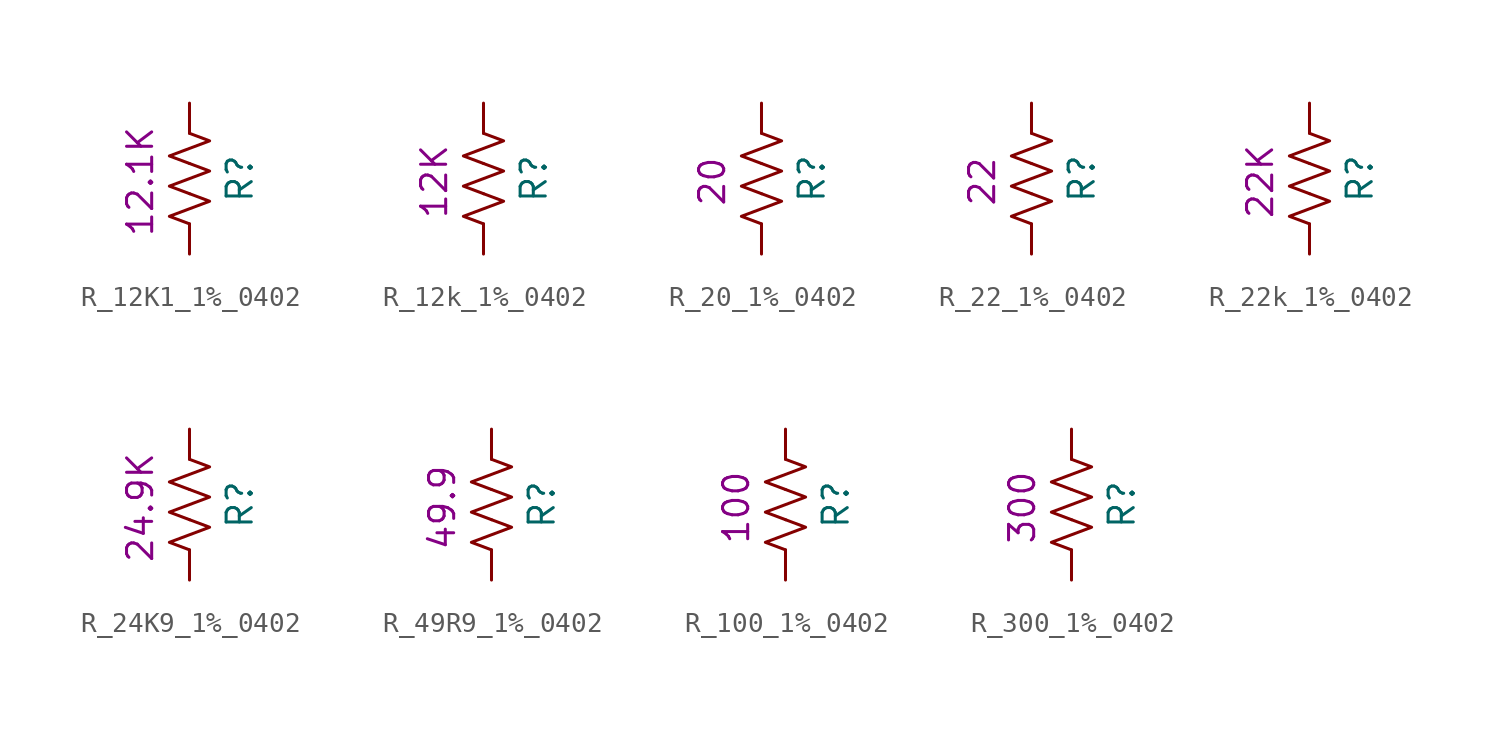
<source format=kicad_sym>
(kicad_symbol_lib
  (version 20211014)
  (generator kicad_symbol_editor)
  (symbol "R_12K1_1%_0402"
    (pin_numbers hide)
    (pin_names
      (offset 0))
    (property "Reference" "R"
      (at 2.54 1.27 90)
      (effects (font (size 1.27 1.27))))
    (property "Res_value" "12.1K"
      (at -2.489 1.118 90)
      (effects (font (size 1.27 1.27))))
    (symbol "R_12K1_1%_0402_0_1"
      (polyline (pts (xy 0 -1.016) (xy 0 -1.27)) (stroke (width 0) (type default) (color 0 0 0 0)) (fill (type none)))
      (polyline (pts (xy 0 3.556) (xy 0 3.81)) (stroke (width 0) (type default) (color 0 0 0 0)) (fill (type none)))
      (polyline (pts (xy 0 0.508) (xy 1.016 0.127) (xy 0 -0.254) (xy -1.016 -0.635) (xy 0 -1.016)) (stroke (width 0) (type default) (color 0 0 0 0)) (fill (type none)))
      (polyline (pts (xy 0 2.032) (xy 1.016 1.651) (xy 0 1.27) (xy -1.016 0.889) (xy 0 0.508)) (stroke (width 0) (type default) (color 0 0 0 0)) (fill (type none)))
      (polyline (pts (xy 0 3.556) (xy 1.016 3.175) (xy 0 2.794) (xy -1.016 2.413) (xy 0 2.032)) (stroke (width 0) (type default) (color 0 0 0 0)) (fill (type none))))
    (symbol "R_12K1_1%_0402_1_1"
      (pin passive line (at 0 5.08 270) (length 1.27) (name "~" (effects (font (size 1.27 1.27)))) (number "1" (effects (font (size 1.27 1.27)))))
      (pin passive line (at 0 -2.54 90) (length 1.27) (name "~" (effects (font (size 1.27 1.27)))) (number "2" (effects (font (size 1.27 1.27)))))))
  (symbol "R_12k_1%_0402"
    (pin_numbers hide)
    (pin_names
      (offset 0))
    (property "Reference" "R"
      (at 2.54 1.27 90)
      (effects (font (size 1.27 1.27))))
    (property "Res_value" "12K"
      (at -2.489 1.118 90)
      (effects (font (size 1.27 1.27))))
    (symbol "R_12k_1%_0402_0_1"
      (polyline (pts (xy 0 -1.016) (xy 0 -1.27)) (stroke (width 0) (type default) (color 0 0 0 0)) (fill (type none)))
      (polyline (pts (xy 0 3.556) (xy 0 3.81)) (stroke (width 0) (type default) (color 0 0 0 0)) (fill (type none)))
      (polyline (pts (xy 0 0.508) (xy 1.016 0.127) (xy 0 -0.254) (xy -1.016 -0.635) (xy 0 -1.016)) (stroke (width 0) (type default) (color 0 0 0 0)) (fill (type none)))
      (polyline (pts (xy 0 2.032) (xy 1.016 1.651) (xy 0 1.27) (xy -1.016 0.889) (xy 0 0.508)) (stroke (width 0) (type default) (color 0 0 0 0)) (fill (type none)))
      (polyline (pts (xy 0 3.556) (xy 1.016 3.175) (xy 0 2.794) (xy -1.016 2.413) (xy 0 2.032)) (stroke (width 0) (type default) (color 0 0 0 0)) (fill (type none))))
    (symbol "R_12k_1%_0402_1_1"
      (pin passive line (at 0 5.08 270) (length 1.27) (name "~" (effects (font (size 1.27 1.27)))) (number "1" (effects (font (size 1.27 1.27)))))
      (pin passive line (at 0 -2.54 90) (length 1.27) (name "~" (effects (font (size 1.27 1.27)))) (number "2" (effects (font (size 1.27 1.27)))))))
  (symbol "R_20_1%_0402"
    (pin_numbers hide)
    (pin_names
      (offset 0))
    (property "Reference" "R"
      (at 2.54 1.27 90)
      (effects (font (size 1.27 1.27))))
    (property "Res_value" "20"
      (at -2.489 1.118 90)
      (effects (font (size 1.27 1.27))))
    (symbol "R_20_1%_0402_0_1"
      (polyline (pts (xy 0 -1.016) (xy 0 -1.27)) (stroke (width 0) (type default) (color 0 0 0 0)) (fill (type none)))
      (polyline (pts (xy 0 3.556) (xy 0 3.81)) (stroke (width 0) (type default) (color 0 0 0 0)) (fill (type none)))
      (polyline (pts (xy 0 0.508) (xy 1.016 0.127) (xy 0 -0.254) (xy -1.016 -0.635) (xy 0 -1.016)) (stroke (width 0) (type default) (color 0 0 0 0)) (fill (type none)))
      (polyline (pts (xy 0 2.032) (xy 1.016 1.651) (xy 0 1.27) (xy -1.016 0.889) (xy 0 0.508)) (stroke (width 0) (type default) (color 0 0 0 0)) (fill (type none)))
      (polyline (pts (xy 0 3.556) (xy 1.016 3.175) (xy 0 2.794) (xy -1.016 2.413) (xy 0 2.032)) (stroke (width 0) (type default) (color 0 0 0 0)) (fill (type none))))
    (symbol "R_20_1%_0402_1_1"
      (pin passive line (at 0 5.08 270) (length 1.27) (name "~" (effects (font (size 1.27 1.27)))) (number "1" (effects (font (size 1.27 1.27)))))
      (pin passive line (at 0 -2.54 90) (length 1.27) (name "~" (effects (font (size 1.27 1.27)))) (number "2" (effects (font (size 1.27 1.27)))))))
  (symbol "R_22_1%_0402"
    (pin_numbers hide)
    (pin_names
      (offset 0))
    (property "Reference" "R"
      (at 2.54 1.27 90)
      (effects (font (size 1.27 1.27))))
    (property "Res_value" "22"
      (at -2.489 1.118 90)
      (effects (font (size 1.27 1.27))))
    (symbol "R_22_1%_0402_0_1"
      (polyline (pts (xy 0 -1.016) (xy 0 -1.27)) (stroke (width 0) (type default) (color 0 0 0 0)) (fill (type none)))
      (polyline (pts (xy 0 3.556) (xy 0 3.81)) (stroke (width 0) (type default) (color 0 0 0 0)) (fill (type none)))
      (polyline (pts (xy 0 0.508) (xy 1.016 0.127) (xy 0 -0.254) (xy -1.016 -0.635) (xy 0 -1.016)) (stroke (width 0) (type default) (color 0 0 0 0)) (fill (type none)))
      (polyline (pts (xy 0 2.032) (xy 1.016 1.651) (xy 0 1.27) (xy -1.016 0.889) (xy 0 0.508)) (stroke (width 0) (type default) (color 0 0 0 0)) (fill (type none)))
      (polyline (pts (xy 0 3.556) (xy 1.016 3.175) (xy 0 2.794) (xy -1.016 2.413) (xy 0 2.032)) (stroke (width 0) (type default) (color 0 0 0 0)) (fill (type none))))
    (symbol "R_22_1%_0402_1_1"
      (pin passive line (at 0 5.08 270) (length 1.27) (name "~" (effects (font (size 1.27 1.27)))) (number "1" (effects (font (size 1.27 1.27)))))
      (pin passive line (at 0 -2.54 90) (length 1.27) (name "~" (effects (font (size 1.27 1.27)))) (number "2" (effects (font (size 1.27 1.27)))))))
  (symbol "R_22k_1%_0402"
    (pin_numbers hide)
    (pin_names
      (offset 0))
    (property "Reference" "R"
      (at 2.54 1.27 90)
      (effects (font (size 1.27 1.27))))
    (property "Res_value" "22K"
      (at -2.489 1.118 90)
      (effects (font (size 1.27 1.27))))
    (symbol "R_22k_1%_0402_0_1"
      (polyline (pts (xy 0 -1.016) (xy 0 -1.27)) (stroke (width 0) (type default) (color 0 0 0 0)) (fill (type none)))
      (polyline (pts (xy 0 3.556) (xy 0 3.81)) (stroke (width 0) (type default) (color 0 0 0 0)) (fill (type none)))
      (polyline (pts (xy 0 0.508) (xy 1.016 0.127) (xy 0 -0.254) (xy -1.016 -0.635) (xy 0 -1.016)) (stroke (width 0) (type default) (color 0 0 0 0)) (fill (type none)))
      (polyline (pts (xy 0 2.032) (xy 1.016 1.651) (xy 0 1.27) (xy -1.016 0.889) (xy 0 0.508)) (stroke (width 0) (type default) (color 0 0 0 0)) (fill (type none)))
      (polyline (pts (xy 0 3.556) (xy 1.016 3.175) (xy 0 2.794) (xy -1.016 2.413) (xy 0 2.032)) (stroke (width 0) (type default) (color 0 0 0 0)) (fill (type none))))
    (symbol "R_22k_1%_0402_1_1"
      (pin passive line (at 0 5.08 270) (length 1.27) (name "~" (effects (font (size 1.27 1.27)))) (number "1" (effects (font (size 1.27 1.27)))))
      (pin passive line (at 0 -2.54 90) (length 1.27) (name "~" (effects (font (size 1.27 1.27)))) (number "2" (effects (font (size 1.27 1.27)))))))
  (symbol "R_24K9_1%_0402"
    (pin_numbers hide)
    (pin_names
      (offset 0))
    (property "Reference" "R"
      (at 2.54 1.27 90)
      (effects (font (size 1.27 1.27))))
    (property "Res_value" "24.9K"
      (at -2.489 1.118 90)
      (effects (font (size 1.27 1.27))))
    (symbol "R_24K9_1%_0402_0_1"
      (polyline (pts (xy 0 -1.016) (xy 0 -1.27)) (stroke (width 0) (type default) (color 0 0 0 0)) (fill (type none)))
      (polyline (pts (xy 0 3.556) (xy 0 3.81)) (stroke (width 0) (type default) (color 0 0 0 0)) (fill (type none)))
      (polyline (pts (xy 0 0.508) (xy 1.016 0.127) (xy 0 -0.254) (xy -1.016 -0.635) (xy 0 -1.016)) (stroke (width 0) (type default) (color 0 0 0 0)) (fill (type none)))
      (polyline (pts (xy 0 2.032) (xy 1.016 1.651) (xy 0 1.27) (xy -1.016 0.889) (xy 0 0.508)) (stroke (width 0) (type default) (color 0 0 0 0)) (fill (type none)))
      (polyline (pts (xy 0 3.556) (xy 1.016 3.175) (xy 0 2.794) (xy -1.016 2.413) (xy 0 2.032)) (stroke (width 0) (type default) (color 0 0 0 0)) (fill (type none))))
    (symbol "R_24K9_1%_0402_1_1"
      (pin passive line (at 0 5.08 270) (length 1.27) (name "~" (effects (font (size 1.27 1.27)))) (number "1" (effects (font (size 1.27 1.27)))))
      (pin passive line (at 0 -2.54 90) (length 1.27) (name "~" (effects (font (size 1.27 1.27)))) (number "2" (effects (font (size 1.27 1.27)))))))
  (symbol "R_49R9_1%_0402"
    (pin_numbers hide)
    (pin_names
      (offset 0))
    (property "Reference" "R"
      (at 2.54 1.27 90)
      (effects (font (size 1.27 1.27))))
    (property "Res_value" "49.9"
      (at -2.489 1.118 90)
      (effects (font (size 1.27 1.27))))
    (symbol "R_49R9_1%_0402_0_1"
      (polyline (pts (xy 0 -1.016) (xy 0 -1.27)) (stroke (width 0) (type default) (color 0 0 0 0)) (fill (type none)))
      (polyline (pts (xy 0 3.556) (xy 0 3.81)) (stroke (width 0) (type default) (color 0 0 0 0)) (fill (type none)))
      (polyline (pts (xy 0 0.508) (xy 1.016 0.127) (xy 0 -0.254) (xy -1.016 -0.635) (xy 0 -1.016)) (stroke (width 0) (type default) (color 0 0 0 0)) (fill (type none)))
      (polyline (pts (xy 0 2.032) (xy 1.016 1.651) (xy 0 1.27) (xy -1.016 0.889) (xy 0 0.508)) (stroke (width 0) (type default) (color 0 0 0 0)) (fill (type none)))
      (polyline (pts (xy 0 3.556) (xy 1.016 3.175) (xy 0 2.794) (xy -1.016 2.413) (xy 0 2.032)) (stroke (width 0) (type default) (color 0 0 0 0)) (fill (type none))))
    (symbol "R_49R9_1%_0402_1_1"
      (pin passive line (at 0 5.08 270) (length 1.27) (name "~" (effects (font (size 1.27 1.27)))) (number "1" (effects (font (size 1.27 1.27)))))
      (pin passive line (at 0 -2.54 90) (length 1.27) (name "~" (effects (font (size 1.27 1.27)))) (number "2" (effects (font (size 1.27 1.27)))))))
  (symbol "R_100_1%_0402"
    (pin_numbers hide)
    (pin_names
      (offset 0))
    (property "Reference" "R"
      (at 2.54 1.27 90)
      (effects (font (size 1.27 1.27))))
    (property "Res_value" "100"
      (at -2.489 1.118 90)
      (effects (font (size 1.27 1.27))))
    (symbol "R_100_1%_0402_0_1"
      (polyline (pts (xy 0 -1.016) (xy 0 -1.27)) (stroke (width 0) (type default) (color 0 0 0 0)) (fill (type none)))
      (polyline (pts (xy 0 3.556) (xy 0 3.81)) (stroke (width 0) (type default) (color 0 0 0 0)) (fill (type none)))
      (polyline (pts (xy 0 0.508) (xy 1.016 0.127) (xy 0 -0.254) (xy -1.016 -0.635) (xy 0 -1.016)) (stroke (width 0) (type default) (color 0 0 0 0)) (fill (type none)))
      (polyline (pts (xy 0 2.032) (xy 1.016 1.651) (xy 0 1.27) (xy -1.016 0.889) (xy 0 0.508)) (stroke (width 0) (type default) (color 0 0 0 0)) (fill (type none)))
      (polyline (pts (xy 0 3.556) (xy 1.016 3.175) (xy 0 2.794) (xy -1.016 2.413) (xy 0 2.032)) (stroke (width 0) (type default) (color 0 0 0 0)) (fill (type none))))
    (symbol "R_100_1%_0402_1_1"
      (pin passive line (at 0 5.08 270) (length 1.27) (name "~" (effects (font (size 1.27 1.27)))) (number "1" (effects (font (size 1.27 1.27)))))
      (pin passive line (at 0 -2.54 90) (length 1.27) (name "~" (effects (font (size 1.27 1.27)))) (number "2" (effects (font (size 1.27 1.27)))))))
  (symbol "R_300_1%_0402"
    (pin_numbers hide)
    (pin_names
      (offset 0))
    (property "Reference" "R"
      (at 2.54 1.27 90)
      (effects (font (size 1.27 1.27))))
    (property "Res_value" "300"
      (at -2.489 1.118 90)
      (effects (font (size 1.27 1.27))))
    (symbol "R_300_1%_0402_0_1"
      (polyline (pts (xy 0 -1.016) (xy 0 -1.27)) (stroke (width 0) (type default) (color 0 0 0 0)) (fill (type none)))
      (polyline (pts (xy 0 3.556) (xy 0 3.81)) (stroke (width 0) (type default) (color 0 0 0 0)) (fill (type none)))
      (polyline (pts (xy 0 0.508) (xy 1.016 0.127) (xy 0 -0.254) (xy -1.016 -0.635) (xy 0 -1.016)) (stroke (width 0) (type default) (color 0 0 0 0)) (fill (type none)))
      (polyline (pts (xy 0 2.032) (xy 1.016 1.651) (xy 0 1.27) (xy -1.016 0.889) (xy 0 0.508)) (stroke (width 0) (type default) (color 0 0 0 0)) (fill (type none)))
      (polyline (pts (xy 0 3.556) (xy 1.016 3.175) (xy 0 2.794) (xy -1.016 2.413) (xy 0 2.032)) (stroke (width 0) (type default) (color 0 0 0 0)) (fill (type none))))
    (symbol "R_300_1%_0402_1_1"
      (pin passive line (at 0 5.08 270) (length 1.27) (name "~" (effects (font (size 1.27 1.27)))) (number "1" (effects (font (size 1.27 1.27)))))
      (pin passive line (at 0 -2.54 90) (length 1.27) (name "~" (effects (font (size 1.27 1.27)))) (number "2" (effects (font (size 1.27 1.27))))))))
</source>
